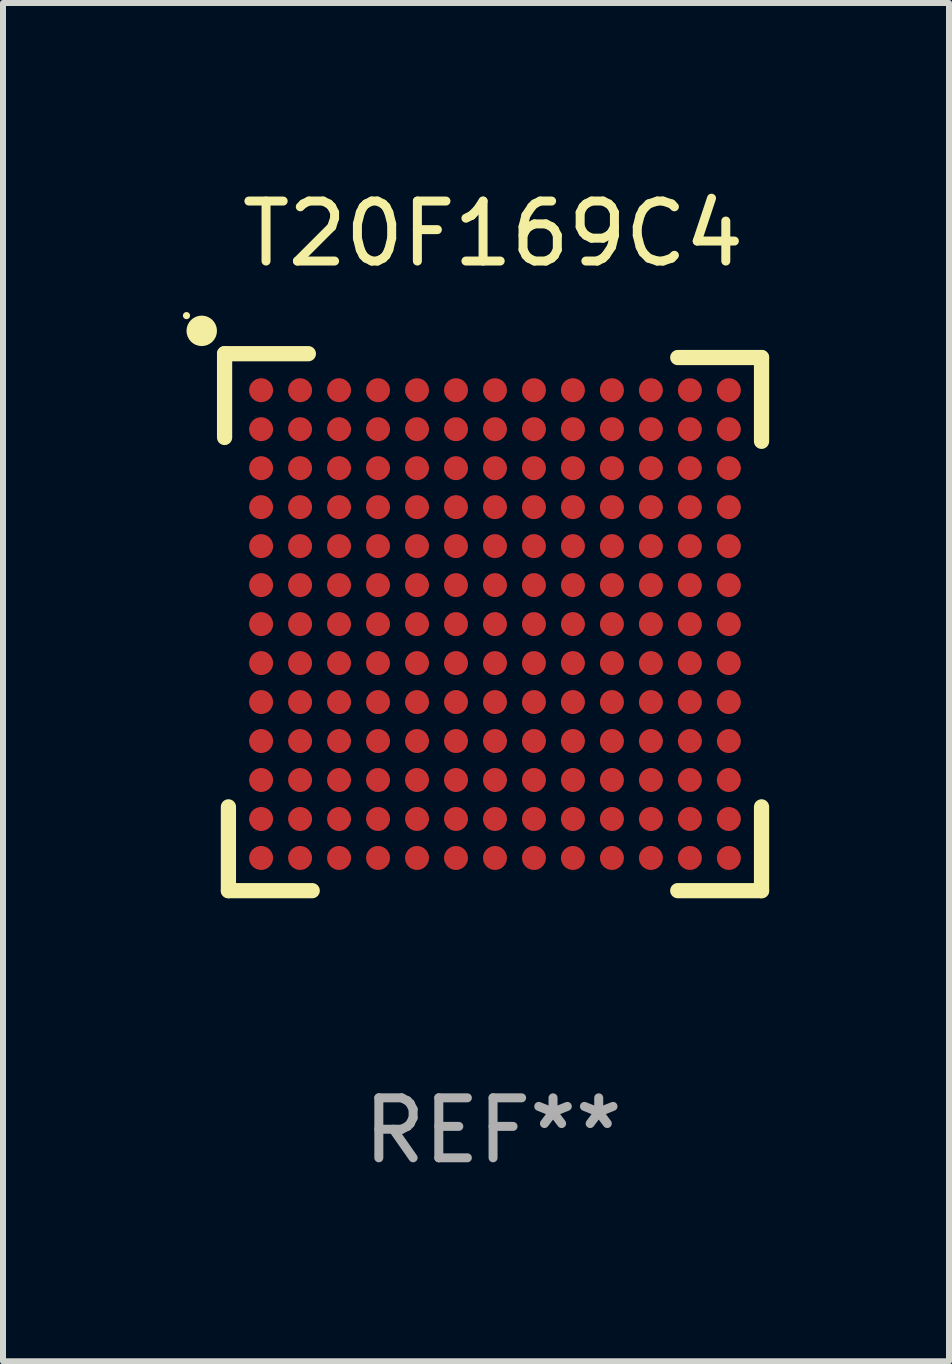
<source format=kicad_pcb>
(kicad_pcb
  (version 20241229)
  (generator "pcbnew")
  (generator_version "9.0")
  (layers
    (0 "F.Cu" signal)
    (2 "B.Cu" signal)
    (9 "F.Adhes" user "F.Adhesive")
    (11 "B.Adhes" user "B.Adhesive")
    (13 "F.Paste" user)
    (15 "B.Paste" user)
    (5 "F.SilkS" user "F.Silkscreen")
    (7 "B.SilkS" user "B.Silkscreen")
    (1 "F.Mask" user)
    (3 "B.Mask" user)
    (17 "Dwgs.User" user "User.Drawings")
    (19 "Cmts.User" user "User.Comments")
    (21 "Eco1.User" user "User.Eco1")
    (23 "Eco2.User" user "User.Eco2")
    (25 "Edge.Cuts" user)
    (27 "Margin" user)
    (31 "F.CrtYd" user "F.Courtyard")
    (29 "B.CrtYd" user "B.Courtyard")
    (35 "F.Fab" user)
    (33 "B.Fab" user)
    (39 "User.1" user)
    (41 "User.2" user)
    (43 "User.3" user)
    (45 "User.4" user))
  (footprint "T20F169C4"
    (layer "F.Cu")
    (at 5.172 7.325)
    (property "Reference" "T20F169C4" (at 0 -6.477 0) (layer "F.SilkS") (effects (font (size 1 1) (thickness 0.15))))
    (attr through_hole)
    (fp_line (start -4.477 -4.477) (end -3.08 -4.477) (stroke (width 0.254) (type solid)) (layer "F.SilkS"))
    (fp_line (start -4.477 -3.08) (end -4.477 -4.477) (stroke (width 0.254) (type solid)) (layer "F.SilkS"))
    (fp_line (start -4.413 4.477) (end -4.413 3.08) (stroke (width 0.254) (type solid)) (layer "F.SilkS"))
    (fp_line (start -3.016 4.477) (end -4.413 4.477) (stroke (width 0.254) (type solid)) (layer "F.SilkS"))
    (fp_line (start 3.08 -4.413) (end 4.477 -4.413) (stroke (width 0.254) (type solid)) (layer "F.SilkS"))
    (fp_line (start 3.08 4.477) (end 4.477 4.477) (stroke (width 0.254) (type solid)) (layer "F.SilkS"))
    (fp_line (start 4.477 -4.413) (end 4.477 -3.016) (stroke (width 0.254) (type solid)) (layer "F.SilkS"))
    (fp_line (start 4.477 4.477) (end 4.477 3.08) (stroke (width 0.254) (type solid)) (layer "F.SilkS"))
    (fp_circle (center -5.112 -5.112) (end -5.082 -5.112) (stroke (width 0.06) (type solid)) (fill no) (layer "F.SilkS"))
    (fp_circle (center -4.858 -4.858) (end -4.731 -4.858) (stroke (width 0.254) (type solid)) (fill no) (layer "F.SilkS"))
    (fp_text user "REF**" (at 0 8.477 0) (layer "F.Fab") (effects (font (size 1 1) (thickness 0.15))))
    (pad "A1" smd circle (at -3.868 -3.868) (size 0.4 0.4) (layers "F.Cu" "F.Mask" "F.Paste"))
    (pad "A2" smd circle (at -3.218 -3.868) (size 0.4 0.4) (layers "F.Cu" "F.Mask" "F.Paste"))
    (pad "A3" smd circle (at -2.568 -3.868) (size 0.4 0.4) (layers "F.Cu" "F.Mask" "F.Paste"))
    (pad "A4" smd circle (at -1.918 -3.868) (size 0.4 0.4) (layers "F.Cu" "F.Mask" "F.Paste"))
    (pad "A5" smd circle (at -1.268 -3.868) (size 0.4 0.4) (layers "F.Cu" "F.Mask" "F.Paste"))
    (pad "A6" smd circle (at -0.618 -3.868) (size 0.4 0.4) (layers "F.Cu" "F.Mask" "F.Paste"))
    (pad "A7" smd circle (at 0.032 -3.868) (size 0.4 0.4) (layers "F.Cu" "F.Mask" "F.Paste"))
    (pad "A8" smd circle (at 0.682 -3.868) (size 0.4 0.4) (layers "F.Cu" "F.Mask" "F.Paste"))
    (pad "A9" smd circle (at 1.332 -3.868) (size 0.4 0.4) (layers "F.Cu" "F.Mask" "F.Paste"))
    (pad "A10" smd circle (at 1.982 -3.868) (size 0.4 0.4) (layers "F.Cu" "F.Mask" "F.Paste"))
    (pad "A11" smd circle (at 2.632 -3.868) (size 0.4 0.4) (layers "F.Cu" "F.Mask" "F.Paste"))
    (pad "A12" smd circle (at 3.282 -3.868) (size 0.4 0.4) (layers "F.Cu" "F.Mask" "F.Paste"))
    (pad "A13" smd circle (at 3.932 -3.868) (size 0.4 0.4) (layers "F.Cu" "F.Mask" "F.Paste"))
    (pad "B1" smd circle (at -3.868 -3.218) (size 0.4 0.4) (layers "F.Cu" "F.Mask" "F.Paste"))
    (pad "B2" smd circle (at -3.218 -3.218) (size 0.4 0.4) (layers "F.Cu" "F.Mask" "F.Paste"))
    (pad "B3" smd circle (at -2.568 -3.218) (size 0.4 0.4) (layers "F.Cu" "F.Mask" "F.Paste"))
    (pad "B4" smd circle (at -1.918 -3.218) (size 0.4 0.4) (layers "F.Cu" "F.Mask" "F.Paste"))
    (pad "B5" smd circle (at -1.268 -3.218) (size 0.4 0.4) (layers "F.Cu" "F.Mask" "F.Paste"))
    (pad "B6" smd circle (at -0.618 -3.218) (size 0.4 0.4) (layers "F.Cu" "F.Mask" "F.Paste"))
    (pad "B7" smd circle (at 0.032 -3.218) (size 0.4 0.4) (layers "F.Cu" "F.Mask" "F.Paste"))
    (pad "B8" smd circle (at 0.682 -3.218) (size 0.4 0.4) (layers "F.Cu" "F.Mask" "F.Paste"))
    (pad "B9" smd circle (at 1.332 -3.218) (size 0.4 0.4) (layers "F.Cu" "F.Mask" "F.Paste"))
    (pad "B10" smd circle (at 1.982 -3.218) (size 0.4 0.4) (layers "F.Cu" "F.Mask" "F.Paste"))
    (pad "B11" smd circle (at 2.632 -3.218) (size 0.4 0.4) (layers "F.Cu" "F.Mask" "F.Paste"))
    (pad "B12" smd circle (at 3.282 -3.218) (size 0.4 0.4) (layers "F.Cu" "F.Mask" "F.Paste"))
    (pad "B13" smd circle (at 3.932 -3.218) (size 0.4 0.4) (layers "F.Cu" "F.Mask" "F.Paste"))
    (pad "C1" smd circle (at -3.868 -2.568) (size 0.4 0.4) (layers "F.Cu" "F.Mask" "F.Paste"))
    (pad "C2" smd circle (at -3.218 -2.568) (size 0.4 0.4) (layers "F.Cu" "F.Mask" "F.Paste"))
    (pad "C3" smd circle (at -2.568 -2.568) (size 0.4 0.4) (layers "F.Cu" "F.Mask" "F.Paste"))
    (pad "C4" smd circle (at -1.918 -2.568) (size 0.4 0.4) (layers "F.Cu" "F.Mask" "F.Paste"))
    (pad "C5" smd circle (at -1.268 -2.568) (size 0.4 0.4) (layers "F.Cu" "F.Mask" "F.Paste"))
    (pad "C6" smd circle (at -0.618 -2.568) (size 0.4 0.4) (layers "F.Cu" "F.Mask" "F.Paste"))
    (pad "C7" smd circle (at 0.032 -2.568) (size 0.4 0.4) (layers "F.Cu" "F.Mask" "F.Paste"))
    (pad "C8" smd circle (at 0.682 -2.568) (size 0.4 0.4) (layers "F.Cu" "F.Mask" "F.Paste"))
    (pad "C9" smd circle (at 1.332 -2.568) (size 0.4 0.4) (layers "F.Cu" "F.Mask" "F.Paste"))
    (pad "C10" smd circle (at 1.982 -2.568) (size 0.4 0.4) (layers "F.Cu" "F.Mask" "F.Paste"))
    (pad "C11" smd circle (at 2.632 -2.568) (size 0.4 0.4) (layers "F.Cu" "F.Mask" "F.Paste"))
    (pad "C12" smd circle (at 3.282 -2.568) (size 0.4 0.4) (layers "F.Cu" "F.Mask" "F.Paste"))
    (pad "C13" smd circle (at 3.932 -2.568) (size 0.4 0.4) (layers "F.Cu" "F.Mask" "F.Paste"))
    (pad "D1" smd circle (at -3.868 -1.918) (size 0.4 0.4) (layers "F.Cu" "F.Mask" "F.Paste"))
    (pad "D2" smd circle (at -3.218 -1.918) (size 0.4 0.4) (layers "F.Cu" "F.Mask" "F.Paste"))
    (pad "D3" smd circle (at -2.568 -1.918) (size 0.4 0.4) (layers "F.Cu" "F.Mask" "F.Paste"))
    (pad "D4" smd circle (at -1.918 -1.918) (size 0.4 0.4) (layers "F.Cu" "F.Mask" "F.Paste"))
    (pad "D5" smd circle (at -1.268 -1.918) (size 0.4 0.4) (layers "F.Cu" "F.Mask" "F.Paste"))
    (pad "D6" smd circle (at -0.618 -1.918) (size 0.4 0.4) (layers "F.Cu" "F.Mask" "F.Paste"))
    (pad "D7" smd circle (at 0.032 -1.918) (size 0.4 0.4) (layers "F.Cu" "F.Mask" "F.Paste"))
    (pad "D8" smd circle (at 0.682 -1.918) (size 0.4 0.4) (layers "F.Cu" "F.Mask" "F.Paste"))
    (pad "D9" smd circle (at 1.332 -1.918) (size 0.4 0.4) (layers "F.Cu" "F.Mask" "F.Paste"))
    (pad "D10" smd circle (at 1.982 -1.918) (size 0.4 0.4) (layers "F.Cu" "F.Mask" "F.Paste"))
    (pad "D11" smd circle (at 2.632 -1.918) (size 0.4 0.4) (layers "F.Cu" "F.Mask" "F.Paste"))
    (pad "D12" smd circle (at 3.282 -1.918) (size 0.4 0.4) (layers "F.Cu" "F.Mask" "F.Paste"))
    (pad "D13" smd circle (at 3.932 -1.918) (size 0.4 0.4) (layers "F.Cu" "F.Mask" "F.Paste"))
    (pad "E1" smd circle (at -3.868 -1.268) (size 0.4 0.4) (layers "F.Cu" "F.Mask" "F.Paste"))
    (pad "E2" smd circle (at -3.218 -1.268) (size 0.4 0.4) (layers "F.Cu" "F.Mask" "F.Paste"))
    (pad "E3" smd circle (at -2.568 -1.268) (size 0.4 0.4) (layers "F.Cu" "F.Mask" "F.Paste"))
    (pad "E4" smd circle (at -1.918 -1.268) (size 0.4 0.4) (layers "F.Cu" "F.Mask" "F.Paste"))
    (pad "E5" smd circle (at -1.268 -1.268) (size 0.4 0.4) (layers "F.Cu" "F.Mask" "F.Paste"))
    (pad "E6" smd circle (at -0.618 -1.268) (size 0.4 0.4) (layers "F.Cu" "F.Mask" "F.Paste"))
    (pad "E7" smd circle (at 0.032 -1.268) (size 0.4 0.4) (layers "F.Cu" "F.Mask" "F.Paste"))
    (pad "E8" smd circle (at 0.682 -1.268) (size 0.4 0.4) (layers "F.Cu" "F.Mask" "F.Paste"))
    (pad "E9" smd circle (at 1.332 -1.268) (size 0.4 0.4) (layers "F.Cu" "F.Mask" "F.Paste"))
    (pad "E10" smd circle (at 1.982 -1.268) (size 0.4 0.4) (layers "F.Cu" "F.Mask" "F.Paste"))
    (pad "E11" smd circle (at 2.632 -1.268) (size 0.4 0.4) (layers "F.Cu" "F.Mask" "F.Paste"))
    (pad "E12" smd circle (at 3.282 -1.268) (size 0.4 0.4) (layers "F.Cu" "F.Mask" "F.Paste"))
    (pad "E13" smd circle (at 3.932 -1.268) (size 0.4 0.4) (layers "F.Cu" "F.Mask" "F.Paste"))
    (pad "F1" smd circle (at -3.868 -0.618) (size 0.4 0.4) (layers "F.Cu" "F.Mask" "F.Paste"))
    (pad "F2" smd circle (at -3.218 -0.618) (size 0.4 0.4) (layers "F.Cu" "F.Mask" "F.Paste"))
    (pad "F3" smd circle (at -2.568 -0.618) (size 0.4 0.4) (layers "F.Cu" "F.Mask" "F.Paste"))
    (pad "F4" smd circle (at -1.918 -0.618) (size 0.4 0.4) (layers "F.Cu" "F.Mask" "F.Paste"))
    (pad "F5" smd circle (at -1.268 -0.618) (size 0.4 0.4) (layers "F.Cu" "F.Mask" "F.Paste"))
    (pad "F6" smd circle (at -0.618 -0.618) (size 0.4 0.4) (layers "F.Cu" "F.Mask" "F.Paste"))
    (pad "F7" smd circle (at 0.032 -0.618) (size 0.4 0.4) (layers "F.Cu" "F.Mask" "F.Paste"))
    (pad "F8" smd circle (at 0.682 -0.618) (size 0.4 0.4) (layers "F.Cu" "F.Mask" "F.Paste"))
    (pad "F9" smd circle (at 1.332 -0.618) (size 0.4 0.4) (layers "F.Cu" "F.Mask" "F.Paste"))
    (pad "F10" smd circle (at 1.982 -0.618) (size 0.4 0.4) (layers "F.Cu" "F.Mask" "F.Paste"))
    (pad "F11" smd circle (at 2.632 -0.618) (size 0.4 0.4) (layers "F.Cu" "F.Mask" "F.Paste"))
    (pad "F12" smd circle (at 3.282 -0.618) (size 0.4 0.4) (layers "F.Cu" "F.Mask" "F.Paste"))
    (pad "F13" smd circle (at 3.932 -0.618) (size 0.4 0.4) (layers "F.Cu" "F.Mask" "F.Paste"))
    (pad "G1" smd circle (at -3.868 0.032) (size 0.4 0.4) (layers "F.Cu" "F.Mask" "F.Paste"))
    (pad "G2" smd circle (at -3.218 0.032) (size 0.4 0.4) (layers "F.Cu" "F.Mask" "F.Paste"))
    (pad "G3" smd circle (at -2.568 0.032) (size 0.4 0.4) (layers "F.Cu" "F.Mask" "F.Paste"))
    (pad "G4" smd circle (at -1.918 0.032) (size 0.4 0.4) (layers "F.Cu" "F.Mask" "F.Paste"))
    (pad "G5" smd circle (at -1.268 0.032) (size 0.4 0.4) (layers "F.Cu" "F.Mask" "F.Paste"))
    (pad "G6" smd circle (at -0.618 0.032) (size 0.4 0.4) (layers "F.Cu" "F.Mask" "F.Paste"))
    (pad "G7" smd circle (at 0.032 0.032) (size 0.4 0.4) (layers "F.Cu" "F.Mask" "F.Paste"))
    (pad "G8" smd circle (at 0.682 0.032) (size 0.4 0.4) (layers "F.Cu" "F.Mask" "F.Paste"))
    (pad "G9" smd circle (at 1.332 0.032) (size 0.4 0.4) (layers "F.Cu" "F.Mask" "F.Paste"))
    (pad "G10" smd circle (at 1.982 0.032) (size 0.4 0.4) (layers "F.Cu" "F.Mask" "F.Paste"))
    (pad "G11" smd circle (at 2.632 0.032) (size 0.4 0.4) (layers "F.Cu" "F.Mask" "F.Paste"))
    (pad "G12" smd circle (at 3.282 0.032) (size 0.4 0.4) (layers "F.Cu" "F.Mask" "F.Paste"))
    (pad "G13" smd circle (at 3.932 0.032) (size 0.4 0.4) (layers "F.Cu" "F.Mask" "F.Paste"))
    (pad "H1" smd circle (at -3.868 0.682) (size 0.4 0.4) (layers "F.Cu" "F.Mask" "F.Paste"))
    (pad "H2" smd circle (at -3.218 0.682) (size 0.4 0.4) (layers "F.Cu" "F.Mask" "F.Paste"))
    (pad "H3" smd circle (at -2.568 0.682) (size 0.4 0.4) (layers "F.Cu" "F.Mask" "F.Paste"))
    (pad "H4" smd circle (at -1.918 0.682) (size 0.4 0.4) (layers "F.Cu" "F.Mask" "F.Paste"))
    (pad "H5" smd circle (at -1.268 0.682) (size 0.4 0.4) (layers "F.Cu" "F.Mask" "F.Paste"))
    (pad "H6" smd circle (at -0.618 0.682) (size 0.4 0.4) (layers "F.Cu" "F.Mask" "F.Paste"))
    (pad "H7" smd circle (at 0.032 0.682) (size 0.4 0.4) (layers "F.Cu" "F.Mask" "F.Paste"))
    (pad "H8" smd circle (at 0.682 0.682) (size 0.4 0.4) (layers "F.Cu" "F.Mask" "F.Paste"))
    (pad "H9" smd circle (at 1.332 0.682) (size 0.4 0.4) (layers "F.Cu" "F.Mask" "F.Paste"))
    (pad "H10" smd circle (at 1.982 0.682) (size 0.4 0.4) (layers "F.Cu" "F.Mask" "F.Paste"))
    (pad "H11" smd circle (at 2.632 0.682) (size 0.4 0.4) (layers "F.Cu" "F.Mask" "F.Paste"))
    (pad "H12" smd circle (at 3.282 0.682) (size 0.4 0.4) (layers "F.Cu" "F.Mask" "F.Paste"))
    (pad "H13" smd circle (at 3.932 0.682) (size 0.4 0.4) (layers "F.Cu" "F.Mask" "F.Paste"))
    (pad "J1" smd circle (at -3.868 1.332) (size 0.4 0.4) (layers "F.Cu" "F.Mask" "F.Paste"))
    (pad "J2" smd circle (at -3.218 1.332) (size 0.4 0.4) (layers "F.Cu" "F.Mask" "F.Paste"))
    (pad "J3" smd circle (at -2.568 1.332) (size 0.4 0.4) (layers "F.Cu" "F.Mask" "F.Paste"))
    (pad "J4" smd circle (at -1.918 1.332) (size 0.4 0.4) (layers "F.Cu" "F.Mask" "F.Paste"))
    (pad "J5" smd circle (at -1.268 1.332) (size 0.4 0.4) (layers "F.Cu" "F.Mask" "F.Paste"))
    (pad "J6" smd circle (at -0.618 1.332) (size 0.4 0.4) (layers "F.Cu" "F.Mask" "F.Paste"))
    (pad "J7" smd circle (at 0.032 1.332) (size 0.4 0.4) (layers "F.Cu" "F.Mask" "F.Paste"))
    (pad "J8" smd circle (at 0.682 1.332) (size 0.4 0.4) (layers "F.Cu" "F.Mask" "F.Paste"))
    (pad "J9" smd circle (at 1.332 1.332) (size 0.4 0.4) (layers "F.Cu" "F.Mask" "F.Paste"))
    (pad "J10" smd circle (at 1.982 1.332) (size 0.4 0.4) (layers "F.Cu" "F.Mask" "F.Paste"))
    (pad "J11" smd circle (at 2.632 1.332) (size 0.4 0.4) (layers "F.Cu" "F.Mask" "F.Paste"))
    (pad "J12" smd circle (at 3.282 1.332) (size 0.4 0.4) (layers "F.Cu" "F.Mask" "F.Paste"))
    (pad "J13" smd circle (at 3.932 1.332) (size 0.4 0.4) (layers "F.Cu" "F.Mask" "F.Paste"))
    (pad "K1" smd circle (at -3.868 1.982) (size 0.4 0.4) (layers "F.Cu" "F.Mask" "F.Paste"))
    (pad "K2" smd circle (at -3.218 1.982) (size 0.4 0.4) (layers "F.Cu" "F.Mask" "F.Paste"))
    (pad "K3" smd circle (at -2.568 1.982) (size 0.4 0.4) (layers "F.Cu" "F.Mask" "F.Paste"))
    (pad "K4" smd circle (at -1.918 1.982) (size 0.4 0.4) (layers "F.Cu" "F.Mask" "F.Paste"))
    (pad "K5" smd circle (at -1.268 1.982) (size 0.4 0.4) (layers "F.Cu" "F.Mask" "F.Paste"))
    (pad "K6" smd circle (at -0.618 1.982) (size 0.4 0.4) (layers "F.Cu" "F.Mask" "F.Paste"))
    (pad "K7" smd circle (at 0.032 1.982) (size 0.4 0.4) (layers "F.Cu" "F.Mask" "F.Paste"))
    (pad "K8" smd circle (at 0.682 1.982) (size 0.4 0.4) (layers "F.Cu" "F.Mask" "F.Paste"))
    (pad "K9" smd circle (at 1.332 1.982) (size 0.4 0.4) (layers "F.Cu" "F.Mask" "F.Paste"))
    (pad "K10" smd circle (at 1.982 1.982) (size 0.4 0.4) (layers "F.Cu" "F.Mask" "F.Paste"))
    (pad "K11" smd circle (at 2.632 1.982) (size 0.4 0.4) (layers "F.Cu" "F.Mask" "F.Paste"))
    (pad "K12" smd circle (at 3.282 1.982) (size 0.4 0.4) (layers "F.Cu" "F.Mask" "F.Paste"))
    (pad "K13" smd circle (at 3.932 1.982) (size 0.4 0.4) (layers "F.Cu" "F.Mask" "F.Paste"))
    (pad "L1" smd circle (at -3.868 2.632) (size 0.4 0.4) (layers "F.Cu" "F.Mask" "F.Paste"))
    (pad "L2" smd circle (at -3.218 2.632) (size 0.4 0.4) (layers "F.Cu" "F.Mask" "F.Paste"))
    (pad "L3" smd circle (at -2.568 2.632) (size 0.4 0.4) (layers "F.Cu" "F.Mask" "F.Paste"))
    (pad "L4" smd circle (at -1.918 2.632) (size 0.4 0.4) (layers "F.Cu" "F.Mask" "F.Paste"))
    (pad "L5" smd circle (at -1.268 2.632) (size 0.4 0.4) (layers "F.Cu" "F.Mask" "F.Paste"))
    (pad "L6" smd circle (at -0.618 2.632) (size 0.4 0.4) (layers "F.Cu" "F.Mask" "F.Paste"))
    (pad "L7" smd circle (at 0.032 2.632) (size 0.4 0.4) (layers "F.Cu" "F.Mask" "F.Paste"))
    (pad "L8" smd circle (at 0.682 2.632) (size 0.4 0.4) (layers "F.Cu" "F.Mask" "F.Paste"))
    (pad "L9" smd circle (at 1.332 2.632) (size 0.4 0.4) (layers "F.Cu" "F.Mask" "F.Paste"))
    (pad "L10" smd circle (at 1.982 2.632) (size 0.4 0.4) (layers "F.Cu" "F.Mask" "F.Paste"))
    (pad "L11" smd circle (at 2.632 2.632) (size 0.4 0.4) (layers "F.Cu" "F.Mask" "F.Paste"))
    (pad "L12" smd circle (at 3.282 2.632) (size 0.4 0.4) (layers "F.Cu" "F.Mask" "F.Paste"))
    (pad "L13" smd circle (at 3.932 2.632) (size 0.4 0.4) (layers "F.Cu" "F.Mask" "F.Paste"))
    (pad "M1" smd circle (at -3.868 3.282) (size 0.4 0.4) (layers "F.Cu" "F.Mask" "F.Paste"))
    (pad "M2" smd circle (at -3.218 3.282) (size 0.4 0.4) (layers "F.Cu" "F.Mask" "F.Paste"))
    (pad "M3" smd circle (at -2.568 3.282) (size 0.4 0.4) (layers "F.Cu" "F.Mask" "F.Paste"))
    (pad "M4" smd circle (at -1.918 3.282) (size 0.4 0.4) (layers "F.Cu" "F.Mask" "F.Paste"))
    (pad "M5" smd circle (at -1.268 3.282) (size 0.4 0.4) (layers "F.Cu" "F.Mask" "F.Paste"))
    (pad "M6" smd circle (at -0.618 3.282) (size 0.4 0.4) (layers "F.Cu" "F.Mask" "F.Paste"))
    (pad "M7" smd circle (at 0.032 3.282) (size 0.4 0.4) (layers "F.Cu" "F.Mask" "F.Paste"))
    (pad "M8" smd circle (at 0.682 3.282) (size 0.4 0.4) (layers "F.Cu" "F.Mask" "F.Paste"))
    (pad "M9" smd circle (at 1.332 3.282) (size 0.4 0.4) (layers "F.Cu" "F.Mask" "F.Paste"))
    (pad "M10" smd circle (at 1.982 3.282) (size 0.4 0.4) (layers "F.Cu" "F.Mask" "F.Paste"))
    (pad "M11" smd circle (at 2.632 3.282) (size 0.4 0.4) (layers "F.Cu" "F.Mask" "F.Paste"))
    (pad "M12" smd circle (at 3.282 3.282) (size 0.4 0.4) (layers "F.Cu" "F.Mask" "F.Paste"))
    (pad "M13" smd circle (at 3.932 3.282) (size 0.4 0.4) (layers "F.Cu" "F.Mask" "F.Paste"))
    (pad "N1" smd circle (at -3.868 3.932) (size 0.4 0.4) (layers "F.Cu" "F.Mask" "F.Paste"))
    (pad "N2" smd circle (at -3.218 3.932) (size 0.4 0.4) (layers "F.Cu" "F.Mask" "F.Paste"))
    (pad "N3" smd circle (at -2.568 3.932) (size 0.4 0.4) (layers "F.Cu" "F.Mask" "F.Paste"))
    (pad "N4" smd circle (at -1.918 3.932) (size 0.4 0.4) (layers "F.Cu" "F.Mask" "F.Paste"))
    (pad "N5" smd circle (at -1.268 3.932) (size 0.4 0.4) (layers "F.Cu" "F.Mask" "F.Paste"))
    (pad "N6" smd circle (at -0.618 3.932) (size 0.4 0.4) (layers "F.Cu" "F.Mask" "F.Paste"))
    (pad "N7" smd circle (at 0.032 3.932) (size 0.4 0.4) (layers "F.Cu" "F.Mask" "F.Paste"))
    (pad "N8" smd circle (at 0.682 3.932) (size 0.4 0.4) (layers "F.Cu" "F.Mask" "F.Paste"))
    (pad "N9" smd circle (at 1.332 3.932) (size 0.4 0.4) (layers "F.Cu" "F.Mask" "F.Paste"))
    (pad "N10" smd circle (at 1.982 3.932) (size 0.4 0.4) (layers "F.Cu" "F.Mask" "F.Paste"))
    (pad "N11" smd circle (at 2.632 3.932) (size 0.4 0.4) (layers "F.Cu" "F.Mask" "F.Paste"))
    (pad "N12" smd circle (at 3.282 3.932) (size 0.4 0.4) (layers "F.Cu" "F.Mask" "F.Paste"))
    (pad "N13" smd circle (at 3.932 3.932) (size 0.4 0.4) (layers "F.Cu" "F.Mask" "F.Paste")))
  (gr_rect
    (start -3 -3)
    (end 12.775 19.65)
    (stroke (width 0.1) (type default))
    (fill no)
    (layer "Edge.Cuts")))
</source>
